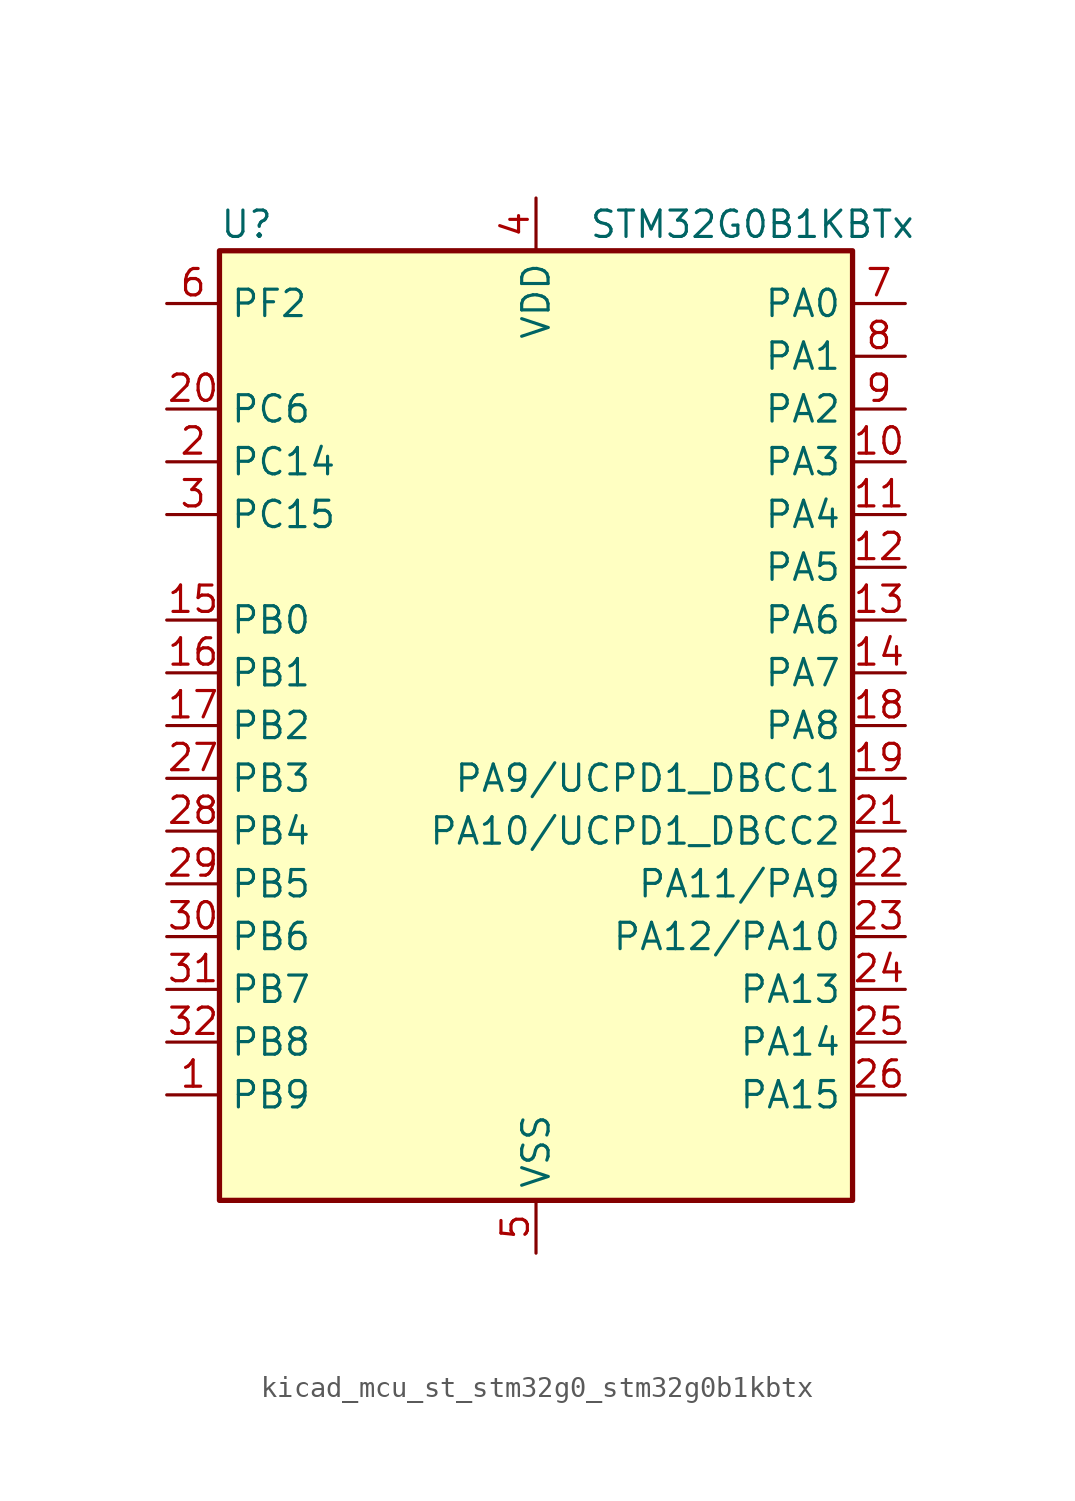
<source format=kicad_sym>
(kicad_symbol_lib
  (version 20220914)
  (generator kicad_symbol_editor)
  (symbol "kicad_mcu_st_stm32g0_stm32g0b1kbtx"
    (property "Reference" "U"
      (at -15.24 24.13 0)
      (effects (font (size 1.27 1.27)) (justify left)))
    (property "Value" "STM32G0B1KBTx"
      (at 2.54 24.13 0)
      (effects (font (size 1.27 1.27)) (justify left)))
    (property "ki_locked" ""
      (at 0 0 0)
      (effects (font (size 1.27 1.27))))
    (symbol "kicad_mcu_st_stm32g0_stm32g0b1kbtx_0_1"
      (rectangle (start -15.24 -22.86) (end 15.24 22.86) (stroke (width 0.254) (type default)) (fill (type background))))
    (symbol "kicad_mcu_st_stm32g0_stm32g0b1kbtx_1_1"
      (pin bidirectional line (at -17.78 -17.78 0) (length 2.54) (name "PB9" (effects (font (size 1.27 1.27)))) (number "1" (effects (font (size 1.27 1.27)))) (alternate "DAC1_EXTI9" bidirectional line) (alternate "FDCAN1_TX" bidirectional line) (alternate "I2C1_SDA" bidirectional line) (alternate "I2S2_WS" bidirectional line) (alternate "IR_OUT" bidirectional line) (alternate "SPI2_NSS" bidirectional line) (alternate "TIM17_CH1" bidirectional line) (alternate "TIM4_CH4" bidirectional line) (alternate "USART3_RX" bidirectional line) (alternate "USART6_RX" bidirectional line))
      (pin bidirectional line (at 17.78 12.7 180) (length 2.54) (name "PA3" (effects (font (size 1.27 1.27)))) (number "10" (effects (font (size 1.27 1.27)))) (alternate "ADC1_IN3" bidirectional line) (alternate "COMP2_INP" bidirectional line) (alternate "I2S2_MCK" bidirectional line) (alternate "LPUART1_RX" bidirectional line) (alternate "SPI2_MISO" bidirectional line) (alternate "TIM15_CH2" bidirectional line) (alternate "TIM2_CH4" bidirectional line) (alternate "USART2_RX" bidirectional line))
      (pin bidirectional line (at 17.78 10.16 180) (length 2.54) (name "PA4" (effects (font (size 1.27 1.27)))) (number "11" (effects (font (size 1.27 1.27)))) (alternate "ADC1_IN4" bidirectional line) (alternate "DAC1_OUT1" bidirectional line) (alternate "I2S1_WS" bidirectional line) (alternate "I2S2_SD" bidirectional line) (alternate "LPTIM2_OUT" bidirectional line) (alternate "RTC_OUT1" bidirectional line) (alternate "RTC_TAMP_IN1" bidirectional line) (alternate "RTC_TS" bidirectional line) (alternate "SPI1_NSS" bidirectional line) (alternate "SPI2_MOSI" bidirectional line) (alternate "SPI3_NSS" bidirectional line) (alternate "SYS_WKUP2" bidirectional line) (alternate "TIM14_CH1" bidirectional line) (alternate "USART6_TX" bidirectional line) (alternate "USB_NOE" bidirectional line))
      (pin bidirectional line (at 17.78 7.62 180) (length 2.54) (name "PA5" (effects (font (size 1.27 1.27)))) (number "12" (effects (font (size 1.27 1.27)))) (alternate "ADC1_IN5" bidirectional line) (alternate "CEC" bidirectional line) (alternate "DAC1_OUT2" bidirectional line) (alternate "I2S1_CK" bidirectional line) (alternate "LPTIM2_ETR" bidirectional line) (alternate "SPI1_SCK" bidirectional line) (alternate "TIM2_CH1" bidirectional line) (alternate "TIM2_ETR" bidirectional line) (alternate "UCPD1_FRSTX1" bidirectional line) (alternate "UCPD1_FRSTX2" bidirectional line) (alternate "USART3_TX" bidirectional line) (alternate "USART6_RX" bidirectional line))
      (pin bidirectional line (at 17.78 5.08 180) (length 2.54) (name "PA6" (effects (font (size 1.27 1.27)))) (number "13" (effects (font (size 1.27 1.27)))) (alternate "ADC1_IN6" bidirectional line) (alternate "COMP1_OUT" bidirectional line) (alternate "I2C2_SDA" bidirectional line) (alternate "I2C3_SDA" bidirectional line) (alternate "I2S1_MCK" bidirectional line) (alternate "LPUART1_CTS" bidirectional line) (alternate "SPI1_MISO" bidirectional line) (alternate "TIM16_CH1" bidirectional line) (alternate "TIM1_BK" bidirectional line) (alternate "TIM3_CH1" bidirectional line) (alternate "USART3_CTS" bidirectional line) (alternate "USART3_NSS" bidirectional line) (alternate "USART6_CTS" bidirectional line) (alternate "USART6_NSS" bidirectional line))
      (pin bidirectional line (at 17.78 2.54 180) (length 2.54) (name "PA7" (effects (font (size 1.27 1.27)))) (number "14" (effects (font (size 1.27 1.27)))) (alternate "ADC1_IN7" bidirectional line) (alternate "COMP2_OUT" bidirectional line) (alternate "I2C2_SCL" bidirectional line) (alternate "I2C3_SCL" bidirectional line) (alternate "I2S1_SD" bidirectional line) (alternate "SPI1_MOSI" bidirectional line) (alternate "TIM14_CH1" bidirectional line) (alternate "TIM17_CH1" bidirectional line) (alternate "TIM1_CH1N" bidirectional line) (alternate "TIM3_CH2" bidirectional line) (alternate "UCPD1_FRSTX1" bidirectional line) (alternate "UCPD1_FRSTX2" bidirectional line) (alternate "USART6_CK" bidirectional line) (alternate "USART6_DE" bidirectional line) (alternate "USART6_RTS" bidirectional line))
      (pin bidirectional line (at -17.78 5.08 0) (length 2.54) (name "PB0" (effects (font (size 1.27 1.27)))) (number "15" (effects (font (size 1.27 1.27)))) (alternate "ADC1_IN8" bidirectional line) (alternate "COMP1_OUT" bidirectional line) (alternate "COMP3_INP" bidirectional line) (alternate "FDCAN2_RX" bidirectional line) (alternate "I2S1_WS" bidirectional line) (alternate "LPTIM1_OUT" bidirectional line) (alternate "LPUART2_CTS" bidirectional line) (alternate "SPI1_NSS" bidirectional line) (alternate "TIM1_CH2N" bidirectional line) (alternate "TIM3_CH3" bidirectional line) (alternate "UCPD1_FRSTX1" bidirectional line) (alternate "UCPD1_FRSTX2" bidirectional line) (alternate "USART3_RX" bidirectional line) (alternate "USART5_TX" bidirectional line))
      (pin bidirectional line (at -17.78 2.54 0) (length 2.54) (name "PB1" (effects (font (size 1.27 1.27)))) (number "16" (effects (font (size 1.27 1.27)))) (alternate "ADC1_IN9" bidirectional line) (alternate "COMP1_INM" bidirectional line) (alternate "COMP3_OUT" bidirectional line) (alternate "FDCAN2_TX" bidirectional line) (alternate "LPTIM2_IN1" bidirectional line) (alternate "LPUART1_DE" bidirectional line) (alternate "LPUART1_RTS" bidirectional line) (alternate "LPUART2_DE" bidirectional line) (alternate "LPUART2_RTS" bidirectional line) (alternate "TIM14_CH1" bidirectional line) (alternate "TIM1_CH3N" bidirectional line) (alternate "TIM3_CH4" bidirectional line) (alternate "USART3_CK" bidirectional line) (alternate "USART3_DE" bidirectional line) (alternate "USART3_RTS" bidirectional line) (alternate "USART5_RX" bidirectional line))
      (pin bidirectional line (at -17.78 0 0) (length 2.54) (name "PB2" (effects (font (size 1.27 1.27)))) (number "17" (effects (font (size 1.27 1.27)))) (alternate "ADC1_IN10" bidirectional line) (alternate "COMP1_INP" bidirectional line) (alternate "COMP3_INM" bidirectional line) (alternate "I2S2_MCK" bidirectional line) (alternate "LPTIM1_OUT" bidirectional line) (alternate "RCC_MCO_2" bidirectional line) (alternate "SPI2_MISO" bidirectional line) (alternate "USART3_TX" bidirectional line))
      (pin bidirectional line (at 17.78 0 180) (length 2.54) (name "PA8" (effects (font (size 1.27 1.27)))) (number "18" (effects (font (size 1.27 1.27)))) (alternate "CRS1_SYNC" bidirectional line) (alternate "I2C2_SMBA" bidirectional line) (alternate "I2S2_WS" bidirectional line) (alternate "LPTIM2_OUT" bidirectional line) (alternate "RCC_MCO" bidirectional line) (alternate "SPI2_NSS" bidirectional line) (alternate "TIM1_CH1" bidirectional line) (alternate "UCPD1_CC1" bidirectional line))
      (pin bidirectional line (at 17.78 -2.54 180) (length 2.54) (name "PA9/UCPD1_DBCC1" (effects (font (size 1.27 1.27)))) (number "19" (effects (font (size 1.27 1.27)))) (alternate "DAC1_EXTI9" bidirectional line) (alternate "I2C1_SCL" bidirectional line) (alternate "I2C2_SCL" bidirectional line) (alternate "I2S2_MCK" bidirectional line) (alternate "RCC_MCO" bidirectional line) (alternate "SPI2_MISO" bidirectional line) (alternate "TIM15_BK" bidirectional line) (alternate "TIM1_CH2" bidirectional line) (alternate "UCPD1_DBCC1" bidirectional line) (alternate "USART1_TX" bidirectional line))
      (pin bidirectional line (at -17.78 12.7 0) (length 2.54) (name "PC14" (effects (font (size 1.27 1.27)))) (number "2" (effects (font (size 1.27 1.27)))) (alternate "RCC_OSC32_IN" bidirectional line) (alternate "RCC_OSC_IN" bidirectional line) (alternate "TIM1_BK2" bidirectional line))
      (pin bidirectional line (at -17.78 15.24 0) (length 2.54) (name "PC6" (effects (font (size 1.27 1.27)))) (number "20" (effects (font (size 1.27 1.27)))) (alternate "LPUART2_TX" bidirectional line) (alternate "TIM2_CH3" bidirectional line) (alternate "TIM3_CH1" bidirectional line) (alternate "UCPD1_FRSTX1" bidirectional line) (alternate "UCPD1_FRSTX2" bidirectional line))
      (pin bidirectional line (at 17.78 -5.08 180) (length 2.54) (name "PA10/UCPD1_DBCC2" (effects (font (size 1.27 1.27)))) (number "21" (effects (font (size 1.27 1.27)))) (alternate "I2C1_SDA" bidirectional line) (alternate "I2C2_SDA" bidirectional line) (alternate "I2S2_SD" bidirectional line) (alternate "RCC_MCO_2" bidirectional line) (alternate "SPI2_MOSI" bidirectional line) (alternate "TIM17_BK" bidirectional line) (alternate "TIM1_CH3" bidirectional line) (alternate "UCPD1_DBCC2" bidirectional line) (alternate "USART1_RX" bidirectional line))
      (pin bidirectional line (at 17.78 -7.62 180) (length 2.54) (name "PA11/PA9" (effects (font (size 1.27 1.27)))) (number "22" (effects (font (size 1.27 1.27)))) (alternate "ADC1_EXTI11" bidirectional line) (alternate "COMP1_OUT" bidirectional line) (alternate "FDCAN1_RX" bidirectional line) (alternate "I2C2_SCL" bidirectional line) (alternate "I2S1_MCK" bidirectional line) (alternate "SPI1_MISO" bidirectional line) (alternate "TIM1_BK2" bidirectional line) (alternate "TIM1_CH4" bidirectional line) (alternate "USART1_CTS" bidirectional line) (alternate "USART1_NSS" bidirectional line) (alternate "USB_DM" bidirectional line))
      (pin bidirectional line (at 17.78 -10.16 180) (length 2.54) (name "PA12/PA10" (effects (font (size 1.27 1.27)))) (number "23" (effects (font (size 1.27 1.27)))) (alternate "COMP2_OUT" bidirectional line) (alternate "FDCAN1_TX" bidirectional line) (alternate "I2C2_SDA" bidirectional line) (alternate "I2S1_SD" bidirectional line) (alternate "I2S_CKIN" bidirectional line) (alternate "SPI1_MOSI" bidirectional line) (alternate "TIM1_ETR" bidirectional line) (alternate "USART1_CK" bidirectional line) (alternate "USART1_DE" bidirectional line) (alternate "USART1_RTS" bidirectional line) (alternate "USB_DP" bidirectional line))
      (pin bidirectional line (at 17.78 -12.7 180) (length 2.54) (name "PA13" (effects (font (size 1.27 1.27)))) (number "24" (effects (font (size 1.27 1.27)))) (alternate "IR_OUT" bidirectional line) (alternate "LPUART2_RX" bidirectional line) (alternate "SYS_SWDIO" bidirectional line) (alternate "USB_NOE" bidirectional line))
      (pin bidirectional line (at 17.78 -15.24 180) (length 2.54) (name "PA14" (effects (font (size 1.27 1.27)))) (number "25" (effects (font (size 1.27 1.27)))) (alternate "LPUART2_TX" bidirectional line) (alternate "SYS_SWCLK" bidirectional line) (alternate "USART2_TX" bidirectional line))
      (pin bidirectional line (at 17.78 -17.78 180) (length 2.54) (name "PA15" (effects (font (size 1.27 1.27)))) (number "26" (effects (font (size 1.27 1.27)))) (alternate "I2C2_SMBA" bidirectional line) (alternate "I2S1_WS" bidirectional line) (alternate "RCC_MCO_2" bidirectional line) (alternate "SPI1_NSS" bidirectional line) (alternate "SPI3_NSS" bidirectional line) (alternate "TIM2_CH1" bidirectional line) (alternate "TIM2_ETR" bidirectional line) (alternate "USART2_RX" bidirectional line) (alternate "USART3_CK" bidirectional line) (alternate "USART3_DE" bidirectional line) (alternate "USART3_RTS" bidirectional line) (alternate "USART4_CK" bidirectional line) (alternate "USART4_DE" bidirectional line) (alternate "USART4_RTS" bidirectional line) (alternate "USB_NOE" bidirectional line))
      (pin bidirectional line (at -17.78 -2.54 0) (length 2.54) (name "PB3" (effects (font (size 1.27 1.27)))) (number "27" (effects (font (size 1.27 1.27)))) (alternate "COMP2_INM" bidirectional line) (alternate "I2C2_SCL" bidirectional line) (alternate "I2C3_SCL" bidirectional line) (alternate "I2S1_CK" bidirectional line) (alternate "SPI1_SCK" bidirectional line) (alternate "SPI3_SCK" bidirectional line) (alternate "TIM1_CH2" bidirectional line) (alternate "TIM2_CH2" bidirectional line) (alternate "USART1_CK" bidirectional line) (alternate "USART1_DE" bidirectional line) (alternate "USART1_RTS" bidirectional line) (alternate "USART5_TX" bidirectional line))
      (pin bidirectional line (at -17.78 -5.08 0) (length 2.54) (name "PB4" (effects (font (size 1.27 1.27)))) (number "28" (effects (font (size 1.27 1.27)))) (alternate "COMP2_INP" bidirectional line) (alternate "I2C2_SDA" bidirectional line) (alternate "I2C3_SDA" bidirectional line) (alternate "I2S1_MCK" bidirectional line) (alternate "SPI1_MISO" bidirectional line) (alternate "SPI3_MISO" bidirectional line) (alternate "TIM17_BK" bidirectional line) (alternate "TIM3_CH1" bidirectional line) (alternate "USART1_CTS" bidirectional line) (alternate "USART1_NSS" bidirectional line) (alternate "USART5_RX" bidirectional line))
      (pin bidirectional line (at -17.78 -7.62 0) (length 2.54) (name "PB5" (effects (font (size 1.27 1.27)))) (number "29" (effects (font (size 1.27 1.27)))) (alternate "COMP2_OUT" bidirectional line) (alternate "FDCAN2_RX" bidirectional line) (alternate "I2C1_SMBA" bidirectional line) (alternate "I2S1_SD" bidirectional line) (alternate "LPTIM1_IN1" bidirectional line) (alternate "SPI1_MOSI" bidirectional line) (alternate "SPI3_MOSI" bidirectional line) (alternate "SYS_WKUP6" bidirectional line) (alternate "TIM16_BK" bidirectional line) (alternate "TIM3_CH2" bidirectional line) (alternate "USART5_CK" bidirectional line) (alternate "USART5_DE" bidirectional line) (alternate "USART5_RTS" bidirectional line))
      (pin bidirectional line (at -17.78 10.16 0) (length 2.54) (name "PC15" (effects (font (size 1.27 1.27)))) (number "3" (effects (font (size 1.27 1.27)))) (alternate "RCC_OSC32_EN" bidirectional line) (alternate "RCC_OSC32_OUT" bidirectional line) (alternate "RCC_OSC_EN" bidirectional line) (alternate "TIM15_BK" bidirectional line))
      (pin bidirectional line (at -17.78 -10.16 0) (length 2.54) (name "PB6" (effects (font (size 1.27 1.27)))) (number "30" (effects (font (size 1.27 1.27)))) (alternate "COMP2_INP" bidirectional line) (alternate "FDCAN2_TX" bidirectional line) (alternate "I2C1_SCL" bidirectional line) (alternate "I2S2_MCK" bidirectional line) (alternate "LPTIM1_ETR" bidirectional line) (alternate "LPUART2_TX" bidirectional line) (alternate "SPI2_MISO" bidirectional line) (alternate "TIM16_CH1N" bidirectional line) (alternate "TIM1_CH3" bidirectional line) (alternate "TIM4_CH1" bidirectional line) (alternate "USART1_TX" bidirectional line) (alternate "USART5_CTS" bidirectional line) (alternate "USART5_NSS" bidirectional line))
      (pin bidirectional line (at -17.78 -12.7 0) (length 2.54) (name "PB7" (effects (font (size 1.27 1.27)))) (number "31" (effects (font (size 1.27 1.27)))) (alternate "COMP2_INM" bidirectional line) (alternate "I2C1_SDA" bidirectional line) (alternate "I2S2_SD" bidirectional line) (alternate "LPTIM1_IN2" bidirectional line) (alternate "LPUART2_RX" bidirectional line) (alternate "SPI2_MOSI" bidirectional line) (alternate "SYS_PVD_IN" bidirectional line) (alternate "TIM17_CH1N" bidirectional line) (alternate "TIM4_CH2" bidirectional line) (alternate "USART1_RX" bidirectional line) (alternate "USART4_CTS" bidirectional line) (alternate "USART4_NSS" bidirectional line))
      (pin bidirectional line (at -17.78 -15.24 0) (length 2.54) (name "PB8" (effects (font (size 1.27 1.27)))) (number "32" (effects (font (size 1.27 1.27)))) (alternate "CEC" bidirectional line) (alternate "FDCAN1_RX" bidirectional line) (alternate "I2C1_SCL" bidirectional line) (alternate "I2S2_CK" bidirectional line) (alternate "SPI2_SCK" bidirectional line) (alternate "TIM15_BK" bidirectional line) (alternate "TIM16_CH1" bidirectional line) (alternate "TIM4_CH3" bidirectional line) (alternate "USART3_TX" bidirectional line) (alternate "USART6_TX" bidirectional line))
      (pin power_in line (at 0 25.4 270) (length 2.54) (name "VDD" (effects (font (size 1.27 1.27)))) (number "4" (effects (font (size 1.27 1.27)))))
      (pin power_in line (at 0 -25.4 90) (length 2.54) (name "VSS" (effects (font (size 1.27 1.27)))) (number "5" (effects (font (size 1.27 1.27)))))
      (pin bidirectional line (at -17.78 20.32 0) (length 2.54) (name "PF2" (effects (font (size 1.27 1.27)))) (number "6" (effects (font (size 1.27 1.27)))) (alternate "LPUART2_DE" bidirectional line) (alternate "LPUART2_RTS" bidirectional line) (alternate "LPUART2_TX" bidirectional line) (alternate "RCC_MCO" bidirectional line))
      (pin bidirectional line (at 17.78 20.32 180) (length 2.54) (name "PA0" (effects (font (size 1.27 1.27)))) (number "7" (effects (font (size 1.27 1.27)))) (alternate "ADC1_IN0" bidirectional line) (alternate "COMP1_INM" bidirectional line) (alternate "COMP1_OUT" bidirectional line) (alternate "I2S2_CK" bidirectional line) (alternate "LPTIM1_OUT" bidirectional line) (alternate "RTC_TAMP_IN2" bidirectional line) (alternate "SPI2_SCK" bidirectional line) (alternate "SYS_WKUP1" bidirectional line) (alternate "TIM2_CH1" bidirectional line) (alternate "TIM2_ETR" bidirectional line) (alternate "USART2_CTS" bidirectional line) (alternate "USART2_NSS" bidirectional line) (alternate "USART4_TX" bidirectional line))
      (pin bidirectional line (at 17.78 17.78 180) (length 2.54) (name "PA1" (effects (font (size 1.27 1.27)))) (number "8" (effects (font (size 1.27 1.27)))) (alternate "ADC1_IN1" bidirectional line) (alternate "COMP1_INP" bidirectional line) (alternate "I2C1_SMBA" bidirectional line) (alternate "I2S1_CK" bidirectional line) (alternate "SPI1_SCK" bidirectional line) (alternate "TIM15_CH1N" bidirectional line) (alternate "TIM2_CH2" bidirectional line) (alternate "USART2_CK" bidirectional line) (alternate "USART2_DE" bidirectional line) (alternate "USART2_RTS" bidirectional line) (alternate "USART4_RX" bidirectional line))
      (pin bidirectional line (at 17.78 15.24 180) (length 2.54) (name "PA2" (effects (font (size 1.27 1.27)))) (number "9" (effects (font (size 1.27 1.27)))) (alternate "ADC1_IN2" bidirectional line) (alternate "COMP2_INM" bidirectional line) (alternate "COMP2_OUT" bidirectional line) (alternate "I2S1_SD" bidirectional line) (alternate "LPUART1_TX" bidirectional line) (alternate "RCC_LSCO" bidirectional line) (alternate "SPI1_MOSI" bidirectional line) (alternate "SYS_WKUP4" bidirectional line) (alternate "TIM15_CH1" bidirectional line) (alternate "TIM2_CH3" bidirectional line) (alternate "UCPD1_FRSTX1" bidirectional line) (alternate "UCPD1_FRSTX2" bidirectional line) (alternate "USART2_TX" bidirectional line)))))
</source>
